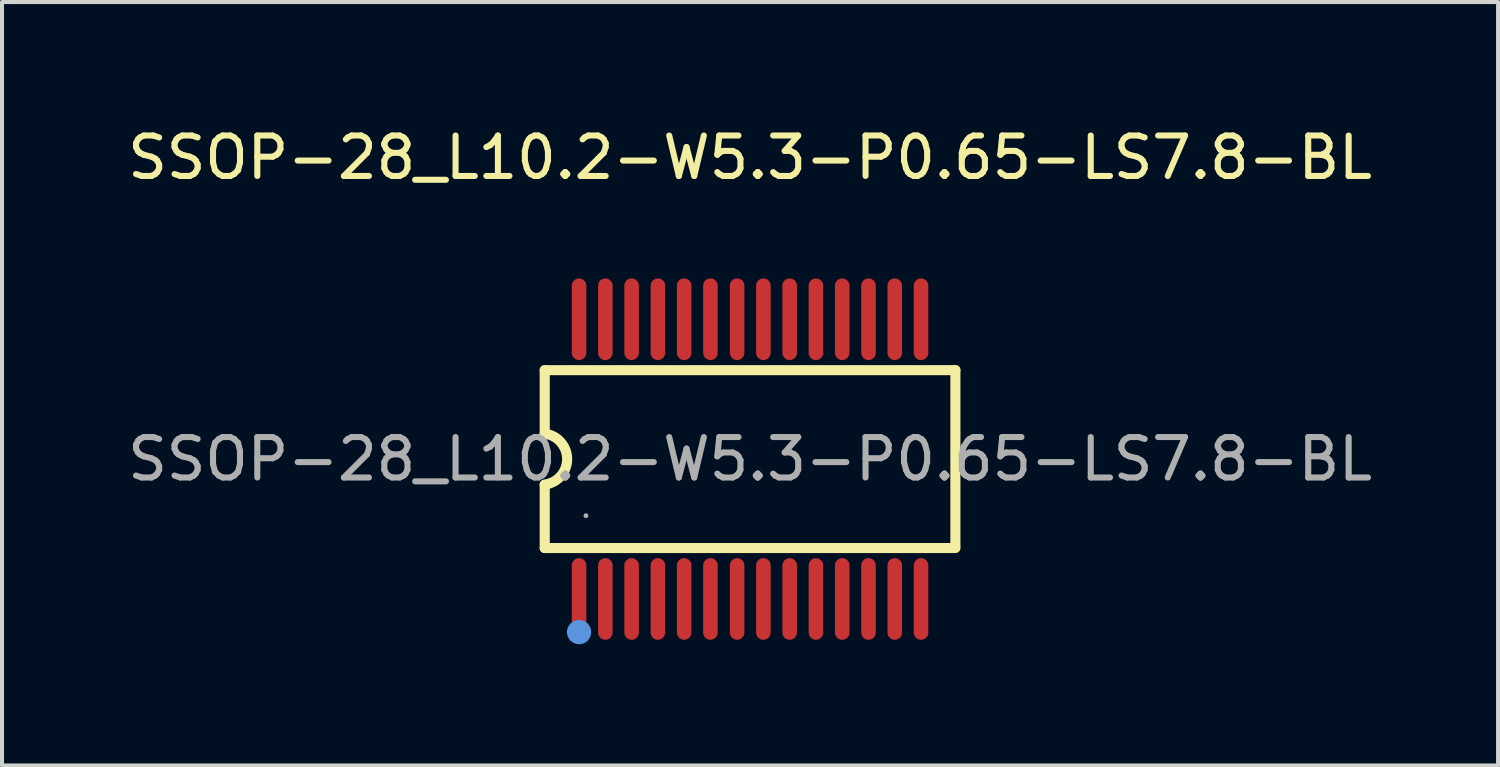
<source format=kicad_pcb>
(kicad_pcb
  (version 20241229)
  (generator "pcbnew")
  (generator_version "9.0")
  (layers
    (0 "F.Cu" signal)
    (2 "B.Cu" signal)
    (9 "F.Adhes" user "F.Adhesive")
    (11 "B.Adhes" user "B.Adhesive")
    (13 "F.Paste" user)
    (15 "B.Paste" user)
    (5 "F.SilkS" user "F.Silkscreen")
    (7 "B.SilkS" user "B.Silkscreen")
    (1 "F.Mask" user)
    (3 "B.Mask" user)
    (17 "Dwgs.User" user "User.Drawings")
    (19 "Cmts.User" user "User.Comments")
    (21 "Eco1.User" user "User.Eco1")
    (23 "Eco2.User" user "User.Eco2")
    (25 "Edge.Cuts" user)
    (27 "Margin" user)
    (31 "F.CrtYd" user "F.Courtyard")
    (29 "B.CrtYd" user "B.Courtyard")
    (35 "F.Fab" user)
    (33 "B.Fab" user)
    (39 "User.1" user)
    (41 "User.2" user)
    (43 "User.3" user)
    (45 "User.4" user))
  (footprint "SSOP-28_L10.2-W5.3-P0.65-LS7.8-BL"
    (layer "F.Cu")
    (at 15.506 8.308)
    (property "Reference" "SSOP-28_L10.2-W5.3-P0.65-LS7.8-BL" (at 0 -7.46 0) (layer "F.SilkS") (effects (font (size 1 1) (thickness 0.15))))
    (attr smd)
    (fp_line (start -5.08 -2.2) (end 5.08 -2.2) (stroke (width 0.25) (type solid)) (layer "F.SilkS"))
    (fp_line (start -5.08 -0.63) (end -5.08 -2.2) (stroke (width 0.25) (type solid)) (layer "F.SilkS"))
    (fp_line (start -5.08 0.64) (end -5.08 2.2) (stroke (width 0.25) (type solid)) (layer "F.SilkS"))
    (fp_line (start -5.08 2.2) (end 5.08 2.2) (stroke (width 0.25) (type solid)) (layer "F.SilkS"))
    (fp_line (start 5.08 -2.2) (end 5.08 2.16) (stroke (width 0.25) (type solid)) (layer "F.SilkS"))
    (fp_arc (start -5.08 -0.63) (mid -4.524941 0.000797) (end -5.081582 0.630199) (stroke (width 0.25) (type solid)) (layer "F.SilkS"))
    (fp_circle (center -4.23 4.28) (end -4.08 4.28) (stroke (width 0.3) (type solid)) (fill no) (layer "Cmts.User"))
    (fp_circle (center -4.06 1.4) (end -4.03 1.4) (stroke (width 0.06) (type solid)) (fill no) (layer "F.Fab"))
    (fp_text user "${REFERENCE}" (at 0 0 0) (layer "F.Fab") (effects (font (size 1 1) (thickness 0.15))))
    (pad "1" smd oval (at -4.23 3.46) (size 0.36 2.02) (layers "F.Cu" "F.Mask" "F.Paste"))
    (pad "2" smd oval (at -3.58 3.46) (size 0.36 2.02) (layers "F.Cu" "F.Mask" "F.Paste"))
    (pad "3" smd oval (at -2.93 3.46) (size 0.36 2.02) (layers "F.Cu" "F.Mask" "F.Paste"))
    (pad "4" smd oval (at -2.28 3.46) (size 0.36 2.02) (layers "F.Cu" "F.Mask" "F.Paste"))
    (pad "5" smd oval (at -1.63 3.46) (size 0.36 2.02) (layers "F.Cu" "F.Mask" "F.Paste"))
    (pad "6" smd oval (at -0.98 3.46) (size 0.36 2.02) (layers "F.Cu" "F.Mask" "F.Paste"))
    (pad "7" smd oval (at -0.32 3.46) (size 0.36 2.02) (layers "F.Cu" "F.Mask" "F.Paste"))
    (pad "8" smd oval (at 0.33 3.46) (size 0.36 2.02) (layers "F.Cu" "F.Mask" "F.Paste"))
    (pad "9" smd oval (at 0.98 3.46) (size 0.36 2.02) (layers "F.Cu" "F.Mask" "F.Paste"))
    (pad "10" smd oval (at 1.63 3.46) (size 0.36 2.02) (layers "F.Cu" "F.Mask" "F.Paste"))
    (pad "11" smd oval (at 2.28 3.46) (size 0.36 2.02) (layers "F.Cu" "F.Mask" "F.Paste"))
    (pad "12" smd oval (at 2.93 3.46) (size 0.36 2.02) (layers "F.Cu" "F.Mask" "F.Paste"))
    (pad "13" smd oval (at 3.58 3.46) (size 0.36 2.02) (layers "F.Cu" "F.Mask" "F.Paste"))
    (pad "14" smd oval (at 4.23 3.46) (size 0.36 2.02) (layers "F.Cu" "F.Mask" "F.Paste"))
    (pad "15" smd oval (at 4.23 -3.46) (size 0.36 2.02) (layers "F.Cu" "F.Mask" "F.Paste"))
    (pad "16" smd oval (at 3.58 -3.46) (size 0.36 2.02) (layers "F.Cu" "F.Mask" "F.Paste"))
    (pad "17" smd oval (at 2.93 -3.46) (size 0.36 2.02) (layers "F.Cu" "F.Mask" "F.Paste"))
    (pad "18" smd oval (at 2.28 -3.46) (size 0.36 2.02) (layers "F.Cu" "F.Mask" "F.Paste"))
    (pad "19" smd oval (at 1.63 -3.46) (size 0.36 2.02) (layers "F.Cu" "F.Mask" "F.Paste"))
    (pad "20" smd oval (at 0.98 -3.46) (size 0.36 2.02) (layers "F.Cu" "F.Mask" "F.Paste"))
    (pad "21" smd oval (at 0.33 -3.46) (size 0.36 2.02) (layers "F.Cu" "F.Mask" "F.Paste"))
    (pad "22" smd oval (at -0.32 -3.46) (size 0.36 2.02) (layers "F.Cu" "F.Mask" "F.Paste"))
    (pad "23" smd oval (at -0.98 -3.46) (size 0.36 2.02) (layers "F.Cu" "F.Mask" "F.Paste"))
    (pad "24" smd oval (at -1.63 -3.46) (size 0.36 2.02) (layers "F.Cu" "F.Mask" "F.Paste"))
    (pad "25" smd oval (at -2.28 -3.46) (size 0.36 2.02) (layers "F.Cu" "F.Mask" "F.Paste"))
    (pad "26" smd oval (at -2.93 -3.46) (size 0.36 2.02) (layers "F.Cu" "F.Mask" "F.Paste"))
    (pad "27" smd oval (at -3.58 -3.46) (size 0.36 2.02) (layers "F.Cu" "F.Mask" "F.Paste"))
    (pad "28" smd oval (at -4.23 -3.46) (size 0.36 2.02) (layers "F.Cu" "F.Mask" "F.Paste")))
  (gr_rect
    (start -3 -3)
    (end 34.012 15.888)
    (stroke (width 0.1) (type default))
    (fill no)
    (layer "Edge.Cuts")))
</source>
